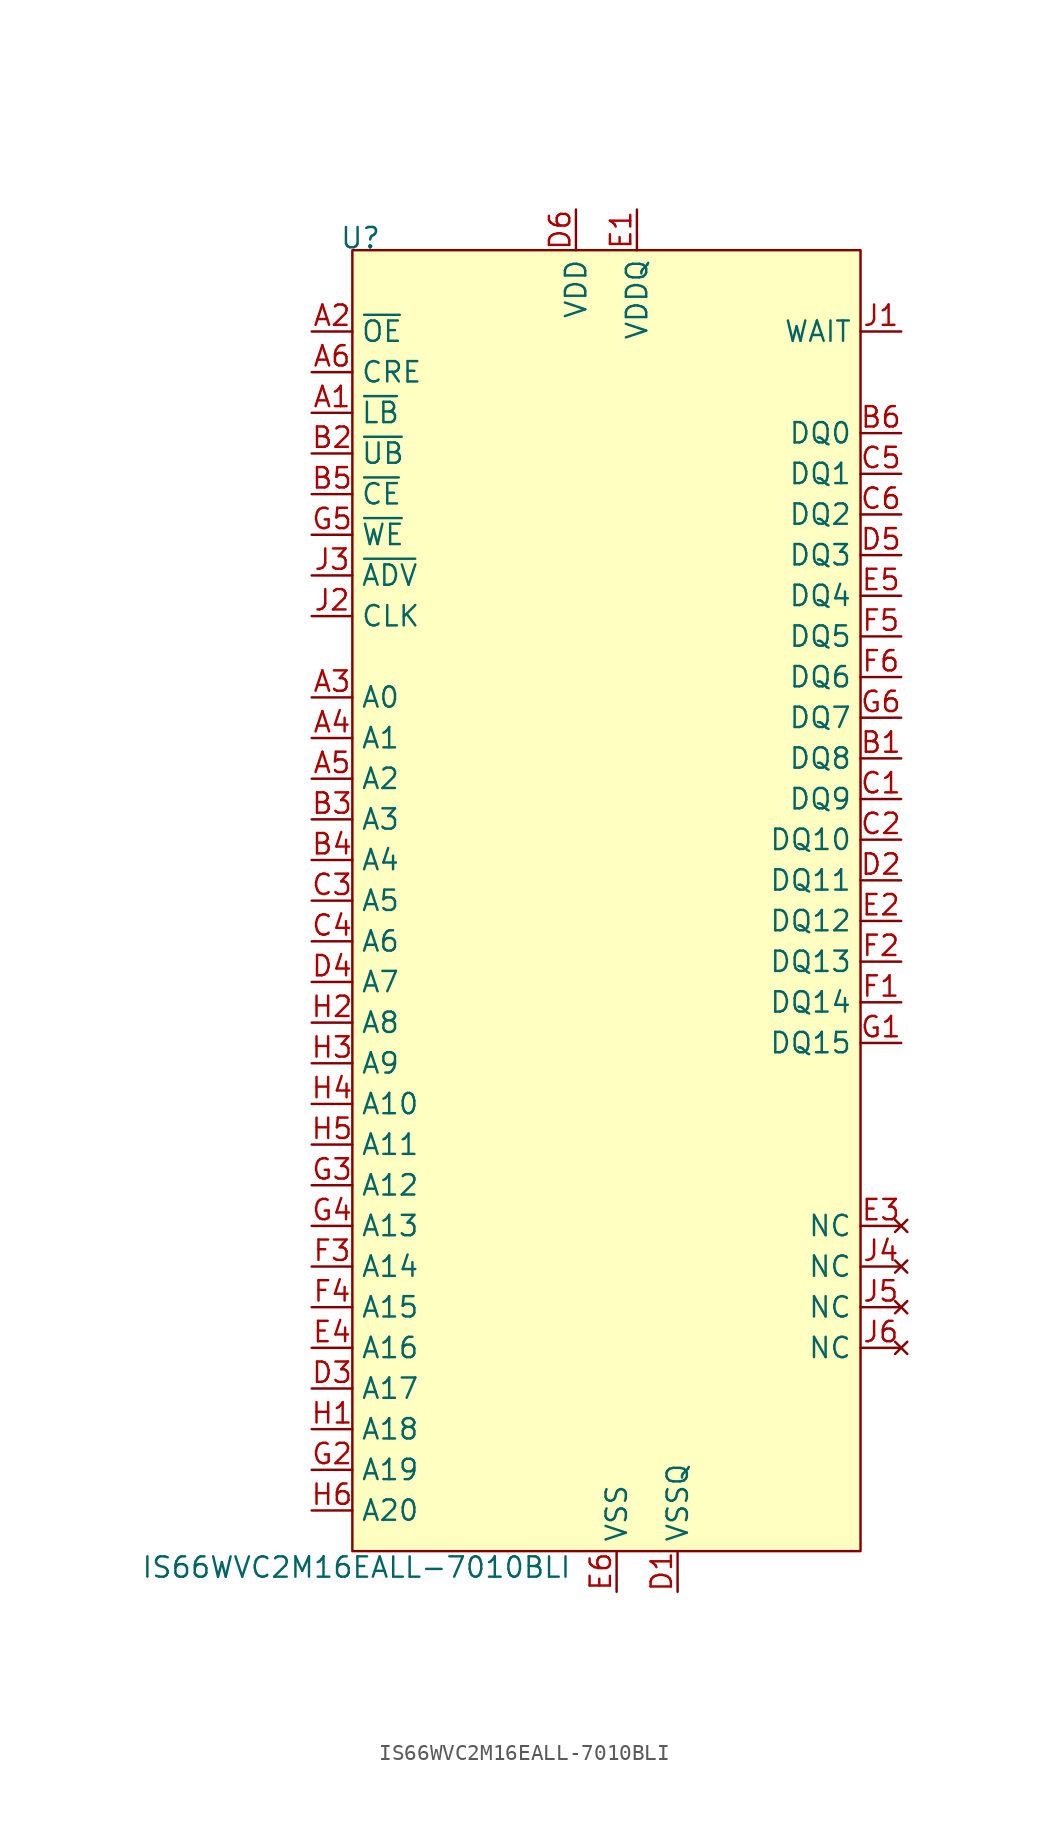
<source format=kicad_sym>
(kicad_symbol_lib
  (version 20241209)
  (generator "kicad_symbol_editor")
  (generator_version "9.0")
  (symbol "IS66WVC2M16EALL-7010BLI"
    (property "Reference" "U"
      (at 0.508 0.762 0)
      (effects (font (size 1.27 1.27))))
    (property "Value" "IS66WVC2M16EALL-7010BLI"
      (at 0.254 -82.296 0)
      (effects (font (size 1.27 1.27))))
    (symbol "IS66WVC2M16EALL-7010BLI_1_1"
      (rectangle (start 0 0) (end 31.75 -81.28) (stroke (width 0) (type solid)) (fill (type background)))
      (pin input line (at -2.54 -5.08 0) (length 2.54) (name "~{OE}" (effects (font (size 1.27 1.27)))) (number "A2" (effects (font (size 1.27 1.27)))))
      (pin input line (at -2.54 -7.62 0) (length 2.54) (name "CRE" (effects (font (size 1.27 1.27)))) (number "A6" (effects (font (size 1.27 1.27)))))
      (pin input line (at -2.54 -10.16 0) (length 2.54) (name "~{LB}" (effects (font (size 1.27 1.27)))) (number "A1" (effects (font (size 1.27 1.27)))))
      (pin input line (at -2.54 -12.7 0) (length 2.54) (name "~{UB}" (effects (font (size 1.27 1.27)))) (number "B2" (effects (font (size 1.27 1.27)))))
      (pin input line (at -2.54 -15.24 0) (length 2.54) (name "~{CE}" (effects (font (size 1.27 1.27)))) (number "B5" (effects (font (size 1.27 1.27)))))
      (pin input line (at -2.54 -17.78 0) (length 2.54) (name "~{WE}" (effects (font (size 1.27 1.27)))) (number "G5" (effects (font (size 1.27 1.27)))))
      (pin input line (at -2.54 -20.32 0) (length 2.54) (name "~{ADV}" (effects (font (size 1.27 1.27)))) (number "J3" (effects (font (size 1.27 1.27)))))
      (pin input line (at -2.54 -22.86 0) (length 2.54) (name "CLK" (effects (font (size 1.27 1.27)))) (number "J2" (effects (font (size 1.27 1.27)))))
      (pin input line (at -2.54 -27.94 0) (length 2.54) (name "A0" (effects (font (size 1.27 1.27)))) (number "A3" (effects (font (size 1.27 1.27)))))
      (pin input line (at -2.54 -30.48 0) (length 2.54) (name "A1" (effects (font (size 1.27 1.27)))) (number "A4" (effects (font (size 1.27 1.27)))))
      (pin input line (at -2.54 -33.02 0) (length 2.54) (name "A2" (effects (font (size 1.27 1.27)))) (number "A5" (effects (font (size 1.27 1.27)))))
      (pin input line (at -2.54 -35.56 0) (length 2.54) (name "A3" (effects (font (size 1.27 1.27)))) (number "B3" (effects (font (size 1.27 1.27)))))
      (pin input line (at -2.54 -38.1 0) (length 2.54) (name "A4" (effects (font (size 1.27 1.27)))) (number "B4" (effects (font (size 1.27 1.27)))))
      (pin input line (at -2.54 -40.64 0) (length 2.54) (name "A5" (effects (font (size 1.27 1.27)))) (number "C3" (effects (font (size 1.27 1.27)))))
      (pin input line (at -2.54 -43.18 0) (length 2.54) (name "A6" (effects (font (size 1.27 1.27)))) (number "C4" (effects (font (size 1.27 1.27)))))
      (pin input line (at -2.54 -45.72 0) (length 2.54) (name "A7" (effects (font (size 1.27 1.27)))) (number "D4" (effects (font (size 1.27 1.27)))))
      (pin input line (at -2.54 -48.26 0) (length 2.54) (name "A8" (effects (font (size 1.27 1.27)))) (number "H2" (effects (font (size 1.27 1.27)))))
      (pin input line (at -2.54 -50.8 0) (length 2.54) (name "A9" (effects (font (size 1.27 1.27)))) (number "H3" (effects (font (size 1.27 1.27)))))
      (pin input line (at -2.54 -53.34 0) (length 2.54) (name "A10" (effects (font (size 1.27 1.27)))) (number "H4" (effects (font (size 1.27 1.27)))))
      (pin input line (at -2.54 -55.88 0) (length 2.54) (name "A11" (effects (font (size 1.27 1.27)))) (number "H5" (effects (font (size 1.27 1.27)))))
      (pin input line (at -2.54 -58.42 0) (length 2.54) (name "A12" (effects (font (size 1.27 1.27)))) (number "G3" (effects (font (size 1.27 1.27)))))
      (pin input line (at -2.54 -60.96 0) (length 2.54) (name "A13" (effects (font (size 1.27 1.27)))) (number "G4" (effects (font (size 1.27 1.27)))))
      (pin input line (at -2.54 -63.5 0) (length 2.54) (name "A14" (effects (font (size 1.27 1.27)))) (number "F3" (effects (font (size 1.27 1.27)))))
      (pin input line (at -2.54 -66.04 0) (length 2.54) (name "A15" (effects (font (size 1.27 1.27)))) (number "F4" (effects (font (size 1.27 1.27)))))
      (pin input line (at -2.54 -68.58 0) (length 2.54) (name "A16" (effects (font (size 1.27 1.27)))) (number "E4" (effects (font (size 1.27 1.27)))))
      (pin input line (at -2.54 -71.12 0) (length 2.54) (name "A17" (effects (font (size 1.27 1.27)))) (number "D3" (effects (font (size 1.27 1.27)))))
      (pin input line (at -2.54 -73.66 0) (length 2.54) (name "A18" (effects (font (size 1.27 1.27)))) (number "H1" (effects (font (size 1.27 1.27)))))
      (pin input line (at -2.54 -76.2 0) (length 2.54) (name "A19" (effects (font (size 1.27 1.27)))) (number "G2" (effects (font (size 1.27 1.27)))))
      (pin input line (at -2.54 -78.74 0) (length 2.54) (name "A20" (effects (font (size 1.27 1.27)))) (number "H6" (effects (font (size 1.27 1.27)))))
      (pin power_in line (at 13.97 2.54 270) (length 2.54) (name "VDD" (effects (font (size 1.27 1.27)))) (number "D6" (effects (font (size 1.27 1.27)))))
      (pin power_in line (at 16.51 -83.82 90) (length 2.54) (name "VSS" (effects (font (size 1.27 1.27)))) (number "E6" (effects (font (size 1.27 1.27)))))
      (pin power_in line (at 17.78 2.54 270) (length 2.54) (name "VDDQ" (effects (font (size 1.27 1.27)))) (number "E1" (effects (font (size 1.27 1.27)))))
      (pin power_in line (at 20.32 -83.82 90) (length 2.54) (name "VSSQ" (effects (font (size 1.27 1.27)))) (number "D1" (effects (font (size 1.27 1.27)))))
      (pin output line (at 34.29 -5.08 180) (length 2.54) (name "WAIT" (effects (font (size 1.27 1.27)))) (number "J1" (effects (font (size 1.27 1.27)))))
      (pin bidirectional line (at 34.29 -11.43 180) (length 2.54) (name "DQ0" (effects (font (size 1.27 1.27)))) (number "B6" (effects (font (size 1.27 1.27)))))
      (pin bidirectional line (at 34.29 -13.97 180) (length 2.54) (name "DQ1" (effects (font (size 1.27 1.27)))) (number "C5" (effects (font (size 1.27 1.27)))))
      (pin bidirectional line (at 34.29 -16.51 180) (length 2.54) (name "DQ2" (effects (font (size 1.27 1.27)))) (number "C6" (effects (font (size 1.27 1.27)))))
      (pin bidirectional line (at 34.29 -19.05 180) (length 2.54) (name "DQ3" (effects (font (size 1.27 1.27)))) (number "D5" (effects (font (size 1.27 1.27)))))
      (pin bidirectional line (at 34.29 -21.59 180) (length 2.54) (name "DQ4" (effects (font (size 1.27 1.27)))) (number "E5" (effects (font (size 1.27 1.27)))))
      (pin bidirectional line (at 34.29 -24.13 180) (length 2.54) (name "DQ5" (effects (font (size 1.27 1.27)))) (number "F5" (effects (font (size 1.27 1.27)))))
      (pin bidirectional line (at 34.29 -26.67 180) (length 2.54) (name "DQ6" (effects (font (size 1.27 1.27)))) (number "F6" (effects (font (size 1.27 1.27)))))
      (pin bidirectional line (at 34.29 -29.21 180) (length 2.54) (name "DQ7" (effects (font (size 1.27 1.27)))) (number "G6" (effects (font (size 1.27 1.27)))))
      (pin bidirectional line (at 34.29 -31.75 180) (length 2.54) (name "DQ8" (effects (font (size 1.27 1.27)))) (number "B1" (effects (font (size 1.27 1.27)))))
      (pin bidirectional line (at 34.29 -34.29 180) (length 2.54) (name "DQ9" (effects (font (size 1.27 1.27)))) (number "C1" (effects (font (size 1.27 1.27)))))
      (pin bidirectional line (at 34.29 -36.83 180) (length 2.54) (name "DQ10" (effects (font (size 1.27 1.27)))) (number "C2" (effects (font (size 1.27 1.27)))))
      (pin bidirectional line (at 34.29 -39.37 180) (length 2.54) (name "DQ11" (effects (font (size 1.27 1.27)))) (number "D2" (effects (font (size 1.27 1.27)))))
      (pin bidirectional line (at 34.29 -41.91 180) (length 2.54) (name "DQ12" (effects (font (size 1.27 1.27)))) (number "E2" (effects (font (size 1.27 1.27)))))
      (pin bidirectional line (at 34.29 -44.45 180) (length 2.54) (name "DQ13" (effects (font (size 1.27 1.27)))) (number "F2" (effects (font (size 1.27 1.27)))))
      (pin bidirectional line (at 34.29 -46.99 180) (length 2.54) (name "DQ14" (effects (font (size 1.27 1.27)))) (number "F1" (effects (font (size 1.27 1.27)))))
      (pin bidirectional line (at 34.29 -49.53 180) (length 2.54) (name "DQ15" (effects (font (size 1.27 1.27)))) (number "G1" (effects (font (size 1.27 1.27)))))
      (pin no_connect line (at 34.29 -60.96 180) (length 2.54) (name "NC" (effects (font (size 1.27 1.27)))) (number "E3" (effects (font (size 1.27 1.27)))))
      (pin no_connect line (at 34.29 -63.5 180) (length 2.54) (name "NC" (effects (font (size 1.27 1.27)))) (number "J4" (effects (font (size 1.27 1.27)))))
      (pin no_connect line (at 34.29 -66.04 180) (length 2.54) (name "NC" (effects (font (size 1.27 1.27)))) (number "J5" (effects (font (size 1.27 1.27)))))
      (pin no_connect line (at 34.29 -68.58 180) (length 2.54) (name "NC" (effects (font (size 1.27 1.27)))) (number "J6" (effects (font (size 1.27 1.27))))))))
</source>
